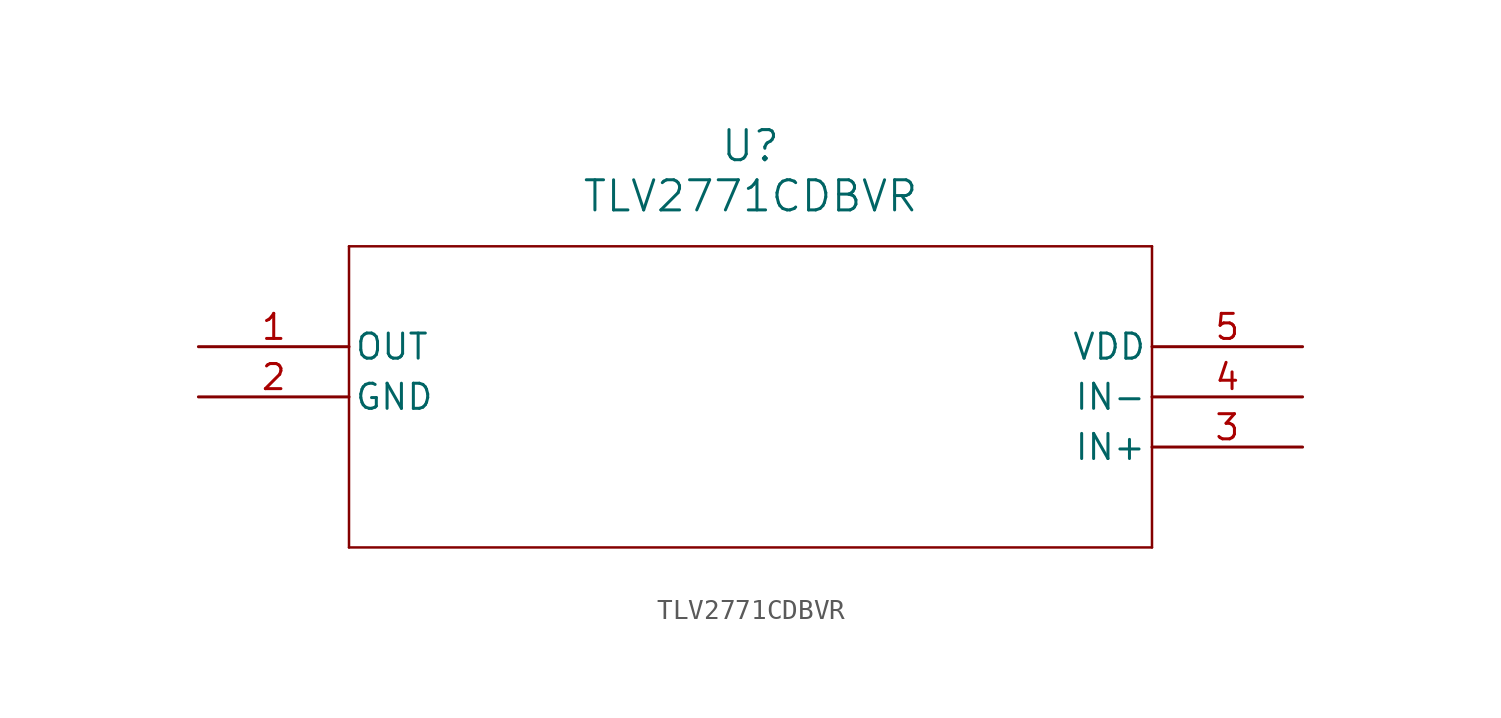
<source format=kicad_sym>
(kicad_symbol_lib
  (version 20211014)
  (generator kicad_symbol_editor)
  (symbol "TLV2771CDBVR"
    (pin_names
      (offset 0.254))
    (property "Reference" "U"
      (at 27.94 10.16 0)
      (effects (font (size 1.524 1.524))))
    (property "Value" "TLV2771CDBVR"
      (at 27.94 7.62 0)
      (effects (font (size 1.524 1.524))))
    (symbol "TLV2771CDBVR_0_1"
      (polyline (pts (xy 7.62 5.08) (xy 7.62 -10.16)) (stroke (width 0.127) (type default) (color 0 0 0 0)) (fill (type none)))
      (polyline (pts (xy 7.62 -10.16) (xy 48.26 -10.16)) (stroke (width 0.127) (type default) (color 0 0 0 0)) (fill (type none)))
      (polyline (pts (xy 48.26 -10.16) (xy 48.26 5.08)) (stroke (width 0.127) (type default) (color 0 0 0 0)) (fill (type none)))
      (polyline (pts (xy 48.26 5.08) (xy 7.62 5.08)) (stroke (width 0.127) (type default) (color 0 0 0 0)) (fill (type none)))
      (pin output line (at 0 0 0) (length 7.62) (name "OUT" (effects (font (size 1.27 1.27)))) (number "1" (effects (font (size 1.27 1.27)))))
      (pin power_in line (at 0 -2.54 0) (length 7.62) (name "GND" (effects (font (size 1.27 1.27)))) (number "2" (effects (font (size 1.27 1.27)))))
      (pin input line (at 55.88 -5.08 180) (length 7.62) (name "IN+" (effects (font (size 1.27 1.27)))) (number "3" (effects (font (size 1.27 1.27)))))
      (pin input line (at 55.88 -2.54 180) (length 7.62) (name "IN-" (effects (font (size 1.27 1.27)))) (number "4" (effects (font (size 1.27 1.27)))))
      (pin power_in line (at 55.88 0 180) (length 7.62) (name "VDD" (effects (font (size 1.27 1.27)))) (number "5" (effects (font (size 1.27 1.27))))))))
</source>
